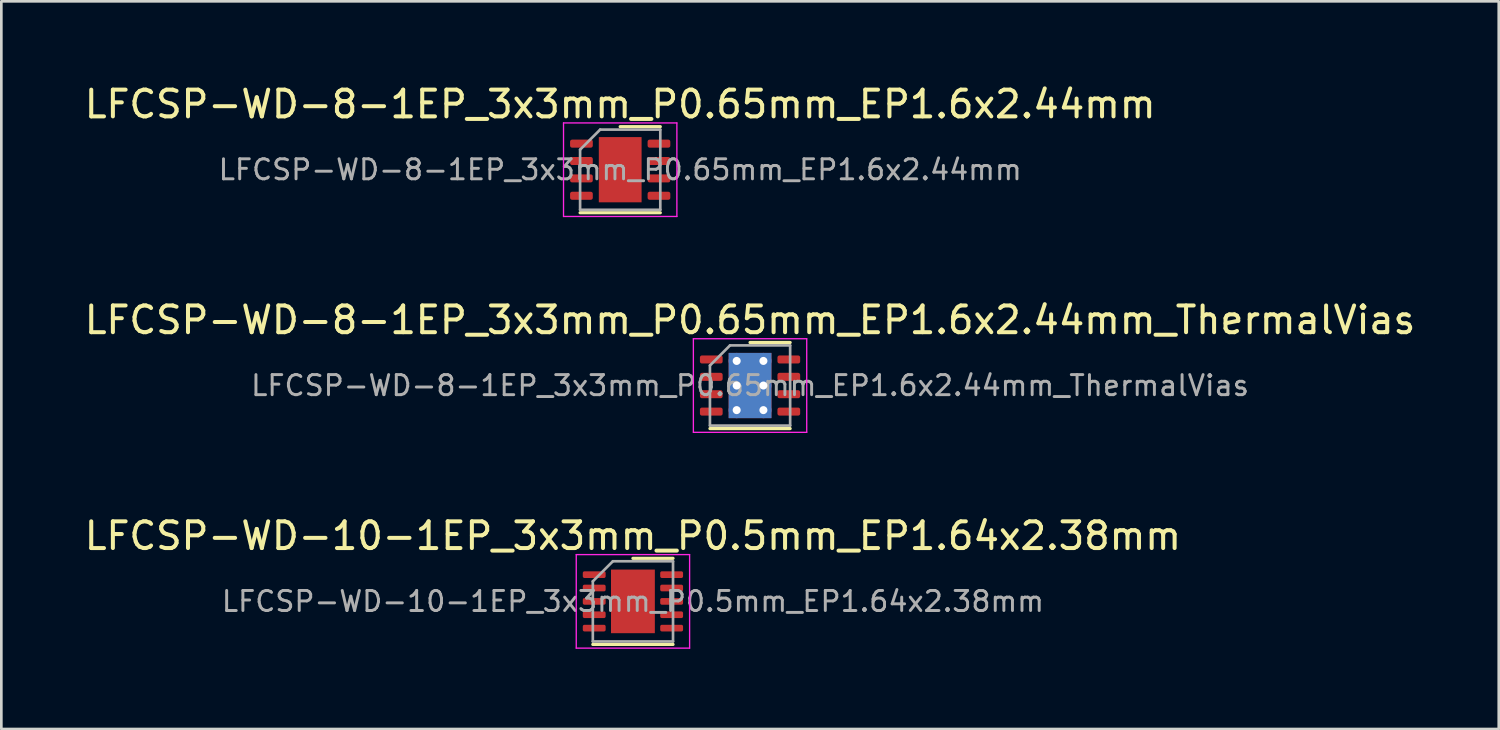
<source format=kicad_pcb>
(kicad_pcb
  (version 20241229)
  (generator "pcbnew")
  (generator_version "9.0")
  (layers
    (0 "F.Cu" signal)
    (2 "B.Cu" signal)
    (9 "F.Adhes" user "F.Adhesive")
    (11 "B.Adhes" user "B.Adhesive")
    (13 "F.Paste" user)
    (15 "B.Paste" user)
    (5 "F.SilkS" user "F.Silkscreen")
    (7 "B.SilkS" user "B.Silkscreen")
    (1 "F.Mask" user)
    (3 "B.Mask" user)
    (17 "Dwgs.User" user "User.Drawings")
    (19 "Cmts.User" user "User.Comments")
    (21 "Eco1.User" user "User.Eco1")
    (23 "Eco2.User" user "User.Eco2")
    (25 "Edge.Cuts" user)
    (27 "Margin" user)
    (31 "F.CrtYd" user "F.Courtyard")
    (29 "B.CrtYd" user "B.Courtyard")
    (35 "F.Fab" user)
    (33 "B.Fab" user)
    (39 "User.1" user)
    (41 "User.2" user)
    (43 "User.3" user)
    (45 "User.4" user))
  (footprint "LFCSP-WD-8-1EP_3x3mm_P0.65mm_EP1.6x2.44mm"
    (layer "F.Cu")
    (at 20.149 3.298)
    (property "Reference" "LFCSP-WD-8-1EP_3x3mm_P0.65mm_EP1.6x2.44mm" (at 0 -2.45 0) (layer "F.SilkS") (effects (font (size 1 1) (thickness 0.15))))
    (attr smd)
    (fp_line (start -1.5 1.61) (end 1.5 1.61) (stroke (width 0.12) (type solid)) (layer "F.SilkS"))
    (fp_line (start 0 -1.61) (end 1.5 -1.61) (stroke (width 0.12) (type solid)) (layer "F.SilkS"))
    (fp_line (start -2.12 -1.75) (end -2.12 1.75) (stroke (width 0.05) (type solid)) (layer "F.CrtYd"))
    (fp_line (start -2.12 1.75) (end 2.12 1.75) (stroke (width 0.05) (type solid)) (layer "F.CrtYd"))
    (fp_line (start 2.12 -1.75) (end -2.12 -1.75) (stroke (width 0.05) (type solid)) (layer "F.CrtYd"))
    (fp_line (start 2.12 1.75) (end 2.12 -1.75) (stroke (width 0.05) (type solid)) (layer "F.CrtYd"))
    (fp_line (start -1.5 -0.75) (end -0.75 -1.5) (stroke (width 0.1) (type solid)) (layer "F.Fab"))
    (fp_line (start -1.5 1.5) (end -1.5 -0.75) (stroke (width 0.1) (type solid)) (layer "F.Fab"))
    (fp_line (start -0.75 -1.5) (end 1.5 -1.5) (stroke (width 0.1) (type solid)) (layer "F.Fab"))
    (fp_line (start 1.5 -1.5) (end 1.5 1.5) (stroke (width 0.1) (type solid)) (layer "F.Fab"))
    (fp_line (start 1.5 1.5) (end -1.5 1.5) (stroke (width 0.1) (type solid)) (layer "F.Fab"))
    (fp_text user "${REFERENCE}" (at 0 0 0) (layer "F.Fab") (effects (font (size 0.75 0.75) (thickness 0.11))))
    (pad "" smd roundrect (at -0.4 -0.81) (size 0.64 0.66) (layers "F.Paste") (roundrect_rratio 0.25))
    (pad "" smd roundrect (at -0.4 0) (size 0.64 0.66) (layers "F.Paste") (roundrect_rratio 0.25))
    (pad "" smd roundrect (at -0.4 0.81) (size 0.64 0.66) (layers "F.Paste") (roundrect_rratio 0.25))
    (pad "" smd roundrect (at 0.4 -0.81) (size 0.64 0.66) (layers "F.Paste") (roundrect_rratio 0.25))
    (pad "" smd roundrect (at 0.4 0) (size 0.64 0.66) (layers "F.Paste") (roundrect_rratio 0.25))
    (pad "" smd roundrect (at 0.4 0.81) (size 0.64 0.66) (layers "F.Paste") (roundrect_rratio 0.25))
    (pad "1" smd roundrect (at -1.45 -0.975) (size 0.85 0.3) (layers "F.Cu" "F.Mask" "F.Paste") (roundrect_rratio 0.25))
    (pad "2" smd roundrect (at -1.45 -0.325) (size 0.85 0.3) (layers "F.Cu" "F.Mask" "F.Paste") (roundrect_rratio 0.25))
    (pad "3" smd roundrect (at -1.45 0.325) (size 0.85 0.3) (layers "F.Cu" "F.Mask" "F.Paste") (roundrect_rratio 0.25))
    (pad "4" smd roundrect (at -1.45 0.975) (size 0.85 0.3) (layers "F.Cu" "F.Mask" "F.Paste") (roundrect_rratio 0.25))
    (pad "5" smd roundrect (at 1.45 0.975) (size 0.85 0.3) (layers "F.Cu" "F.Mask" "F.Paste") (roundrect_rratio 0.25))
    (pad "6" smd roundrect (at 1.45 0.325) (size 0.85 0.3) (layers "F.Cu" "F.Mask" "F.Paste") (roundrect_rratio 0.25))
    (pad "7" smd roundrect (at 1.45 -0.325) (size 0.85 0.3) (layers "F.Cu" "F.Mask" "F.Paste") (roundrect_rratio 0.25))
    (pad "8" smd roundrect (at 1.45 -0.975) (size 0.85 0.3) (layers "F.Cu" "F.Mask" "F.Paste") (roundrect_rratio 0.25))
    (pad "9" smd rect (at 0 0) (size 1.6 2.44) (layers "F.Cu" "F.Mask")))
  (footprint "LFCSP-WD-10-1EP_3x3mm_P0.5mm_EP1.64x2.38mm"
    (layer "F.Cu")
    (at 20.625 19.445)
    (property "Reference" "LFCSP-WD-10-1EP_3x3mm_P0.5mm_EP1.64x2.38mm" (at 0 -2.45 0) (layer "F.SilkS") (effects (font (size 1 1) (thickness 0.15))))
    (attr smd)
    (fp_line (start -1.5 1.61) (end 1.5 1.61) (stroke (width 0.12) (type solid)) (layer "F.SilkS"))
    (fp_line (start 0 -1.61) (end 1.5 -1.61) (stroke (width 0.12) (type solid)) (layer "F.SilkS"))
    (fp_line (start -2.12 -1.75) (end -2.12 1.75) (stroke (width 0.05) (type solid)) (layer "F.CrtYd"))
    (fp_line (start -2.12 1.75) (end 2.12 1.75) (stroke (width 0.05) (type solid)) (layer "F.CrtYd"))
    (fp_line (start 2.12 -1.75) (end -2.12 -1.75) (stroke (width 0.05) (type solid)) (layer "F.CrtYd"))
    (fp_line (start 2.12 1.75) (end 2.12 -1.75) (stroke (width 0.05) (type solid)) (layer "F.CrtYd"))
    (fp_line (start -1.5 -0.75) (end -0.75 -1.5) (stroke (width 0.1) (type solid)) (layer "F.Fab"))
    (fp_line (start -1.5 1.5) (end -1.5 -0.75) (stroke (width 0.1) (type solid)) (layer "F.Fab"))
    (fp_line (start -0.75 -1.5) (end 1.5 -1.5) (stroke (width 0.1) (type solid)) (layer "F.Fab"))
    (fp_line (start 1.5 -1.5) (end 1.5 1.5) (stroke (width 0.1) (type solid)) (layer "F.Fab"))
    (fp_line (start 1.5 1.5) (end -1.5 1.5) (stroke (width 0.1) (type solid)) (layer "F.Fab"))
    (fp_text user "${REFERENCE}" (at 0 0 0) (layer "F.Fab") (effects (font (size 0.75 0.75) (thickness 0.11))))
    (pad "" smd roundrect (at -0.41 -0.79) (size 0.66 0.64) (layers "F.Paste") (roundrect_rratio 0.25))
    (pad "" smd roundrect (at -0.41 0) (size 0.66 0.64) (layers "F.Paste") (roundrect_rratio 0.25))
    (pad "" smd roundrect (at -0.41 0.79) (size 0.66 0.64) (layers "F.Paste") (roundrect_rratio 0.25))
    (pad "" smd roundrect (at 0.41 -0.79) (size 0.66 0.64) (layers "F.Paste") (roundrect_rratio 0.25))
    (pad "" smd roundrect (at 0.41 0) (size 0.66 0.64) (layers "F.Paste") (roundrect_rratio 0.25))
    (pad "" smd roundrect (at 0.41 0.79) (size 0.66 0.64) (layers "F.Paste") (roundrect_rratio 0.25))
    (pad "1" smd roundrect (at -1.448 -1) (size 0.855 0.25) (layers "F.Cu" "F.Mask" "F.Paste") (roundrect_rratio 0.25))
    (pad "2" smd roundrect (at -1.448 -0.5) (size 0.855 0.25) (layers "F.Cu" "F.Mask" "F.Paste") (roundrect_rratio 0.25))
    (pad "3" smd roundrect (at -1.448 0) (size 0.855 0.25) (layers "F.Cu" "F.Mask" "F.Paste") (roundrect_rratio 0.25))
    (pad "4" smd roundrect (at -1.448 0.5) (size 0.855 0.25) (layers "F.Cu" "F.Mask" "F.Paste") (roundrect_rratio 0.25))
    (pad "5" smd roundrect (at -1.448 1) (size 0.855 0.25) (layers "F.Cu" "F.Mask" "F.Paste") (roundrect_rratio 0.25))
    (pad "6" smd roundrect (at 1.448 1) (size 0.855 0.25) (layers "F.Cu" "F.Mask" "F.Paste") (roundrect_rratio 0.25))
    (pad "7" smd roundrect (at 1.448 0.5) (size 0.855 0.25) (layers "F.Cu" "F.Mask" "F.Paste") (roundrect_rratio 0.25))
    (pad "8" smd roundrect (at 1.448 0) (size 0.855 0.25) (layers "F.Cu" "F.Mask" "F.Paste") (roundrect_rratio 0.25))
    (pad "9" smd roundrect (at 1.448 -0.5) (size 0.855 0.25) (layers "F.Cu" "F.Mask" "F.Paste") (roundrect_rratio 0.25))
    (pad "10" smd roundrect (at 1.448 -1) (size 0.855 0.25) (layers "F.Cu" "F.Mask" "F.Paste") (roundrect_rratio 0.25))
    (pad "11" smd rect (at 0 0) (size 1.64 2.38) (layers "F.Cu" "F.Mask")))
  (footprint "LFCSP-WD-8-1EP_3x3mm_P0.65mm_EP1.6x2.44mm_ThermalVias"
    (layer "F.Cu")
    (at 25.006 11.371)
    (property "Reference" "LFCSP-WD-8-1EP_3x3mm_P0.65mm_EP1.6x2.44mm_ThermalVias" (at 0 -2.45 0) (layer "F.SilkS") (effects (font (size 1 1) (thickness 0.15))))
    (attr smd)
    (fp_line (start -1.5 1.61) (end 1.5 1.61) (stroke (width 0.12) (type solid)) (layer "F.SilkS"))
    (fp_line (start 0 -1.61) (end 1.5 -1.61) (stroke (width 0.12) (type solid)) (layer "F.SilkS"))
    (fp_line (start -2.12 -1.75) (end -2.12 1.75) (stroke (width 0.05) (type solid)) (layer "F.CrtYd"))
    (fp_line (start -2.12 1.75) (end 2.12 1.75) (stroke (width 0.05) (type solid)) (layer "F.CrtYd"))
    (fp_line (start 2.12 -1.75) (end -2.12 -1.75) (stroke (width 0.05) (type solid)) (layer "F.CrtYd"))
    (fp_line (start 2.12 1.75) (end 2.12 -1.75) (stroke (width 0.05) (type solid)) (layer "F.CrtYd"))
    (fp_line (start -1.5 -0.75) (end -0.75 -1.5) (stroke (width 0.1) (type solid)) (layer "F.Fab"))
    (fp_line (start -1.5 1.5) (end -1.5 -0.75) (stroke (width 0.1) (type solid)) (layer "F.Fab"))
    (fp_line (start -0.75 -1.5) (end 1.5 -1.5) (stroke (width 0.1) (type solid)) (layer "F.Fab"))
    (fp_line (start 1.5 -1.5) (end 1.5 1.5) (stroke (width 0.1) (type solid)) (layer "F.Fab"))
    (fp_line (start 1.5 1.5) (end -1.5 1.5) (stroke (width 0.1) (type solid)) (layer "F.Fab"))
    (fp_text user "${REFERENCE}" (at 0 0 0) (layer "F.Fab") (effects (font (size 0.75 0.75) (thickness 0.11))))
    (pad "" smd roundrect (at -0.4 -0.81) (size 0.64 0.66) (layers "F.Paste") (roundrect_rratio 0.25))
    (pad "" smd roundrect (at -0.4 0) (size 0.64 0.66) (layers "F.Paste") (roundrect_rratio 0.25))
    (pad "" smd roundrect (at -0.4 0.81) (size 0.64 0.66) (layers "F.Paste") (roundrect_rratio 0.25))
    (pad "" smd roundrect (at 0.4 -0.81) (size 0.64 0.66) (layers "F.Paste") (roundrect_rratio 0.25))
    (pad "" smd roundrect (at 0.4 0) (size 0.64 0.66) (layers "F.Paste") (roundrect_rratio 0.25))
    (pad "" smd roundrect (at 0.4 0.81) (size 0.64 0.66) (layers "F.Paste") (roundrect_rratio 0.25))
    (pad "1" smd roundrect (at -1.45 -0.975) (size 0.85 0.3) (layers "F.Cu" "F.Mask" "F.Paste") (roundrect_rratio 0.25))
    (pad "2" smd roundrect (at -1.45 -0.325) (size 0.85 0.3) (layers "F.Cu" "F.Mask" "F.Paste") (roundrect_rratio 0.25))
    (pad "3" smd roundrect (at -1.45 0.325) (size 0.85 0.3) (layers "F.Cu" "F.Mask" "F.Paste") (roundrect_rratio 0.25))
    (pad "4" smd roundrect (at -1.45 0.975) (size 0.85 0.3) (layers "F.Cu" "F.Mask" "F.Paste") (roundrect_rratio 0.25))
    (pad "5" smd roundrect (at 1.45 0.975) (size 0.85 0.3) (layers "F.Cu" "F.Mask" "F.Paste") (roundrect_rratio 0.25))
    (pad "6" smd roundrect (at 1.45 0.325) (size 0.85 0.3) (layers "F.Cu" "F.Mask" "F.Paste") (roundrect_rratio 0.25))
    (pad "7" smd roundrect (at 1.45 -0.325) (size 0.85 0.3) (layers "F.Cu" "F.Mask" "F.Paste") (roundrect_rratio 0.25))
    (pad "8" smd roundrect (at 1.45 -0.975) (size 0.85 0.3) (layers "F.Cu" "F.Mask" "F.Paste") (roundrect_rratio 0.25))
    (pad "9" thru_hole circle (at -0.5 -0.92) (size 0.6 0.6) (drill 0.3) (layers "*.Cu"))
    (pad "9" thru_hole circle (at -0.5 0) (size 0.6 0.6) (drill 0.3) (layers "*.Cu"))
    (pad "9" thru_hole circle (at -0.5 0.92) (size 0.6 0.6) (drill 0.3) (layers "*.Cu"))
    (pad "9" smd rect (at 0 0) (size 1.6 2.44) (layers "F.Cu" "F.Mask"))
    (pad "9" smd rect (at 0 0) (size 1.6 2.44) (layers "B.Cu"))
    (pad "9" thru_hole circle (at 0.5 -0.92) (size 0.6 0.6) (drill 0.3) (layers "*.Cu"))
    (pad "9" thru_hole circle (at 0.5 0) (size 0.6 0.6) (drill 0.3) (layers "*.Cu"))
    (pad "9" thru_hole circle (at 0.5 0.92) (size 0.6 0.6) (drill 0.3) (layers "*.Cu")))
  (gr_rect
    (start -3 -3)
    (end 53.012 24.22)
    (stroke (width 0.1) (type default))
    (fill no)
    (layer "Edge.Cuts")))
</source>
